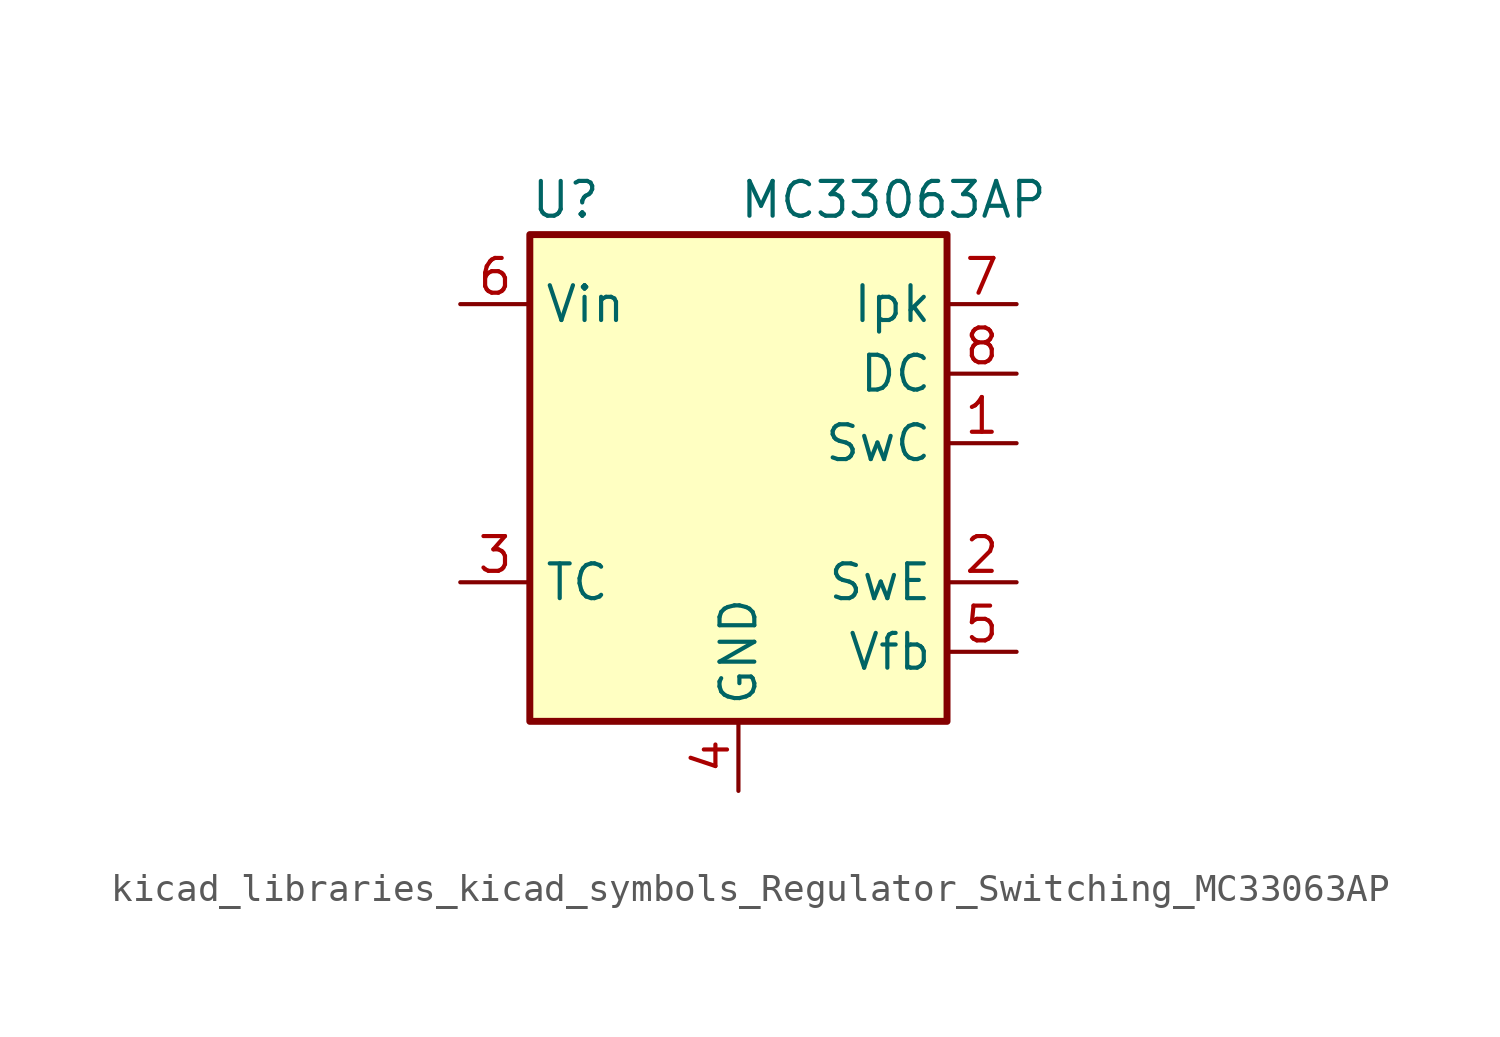
<source format=kicad_sym>
(kicad_symbol_lib
  (version 20220914)
  (generator kicad_symbol_editor)
  (symbol "kicad_libraries_kicad_symbols_Regulator_Switching_MC33063AP"
    (property "Reference" "U"
      (at -7.62 8.89 0)
      (effects (font (size 1.27 1.27)) (justify left)))
    (property "Value" "MC33063AP"
      (at 0 8.89 0)
      (effects (font (size 1.27 1.27)) (justify left)))
    (symbol "kicad_libraries_kicad_symbols_Regulator_Switching_MC33063AP_0_1"
      (rectangle (start -7.62 7.62) (end 7.62 -10.16) (stroke (width 0.254) (type default)) (fill (type background))))
    (symbol "kicad_libraries_kicad_symbols_Regulator_Switching_MC33063AP_1_1"
      (pin open_collector line (at 10.16 0 180) (length 2.54) (name "SwC" (effects (font (size 1.27 1.27)))) (number "1" (effects (font (size 1.27 1.27)))))
      (pin open_emitter line (at 10.16 -5.08 180) (length 2.54) (name "SwE" (effects (font (size 1.27 1.27)))) (number "2" (effects (font (size 1.27 1.27)))))
      (pin passive line (at -10.16 -5.08 0) (length 2.54) (name "TC" (effects (font (size 1.27 1.27)))) (number "3" (effects (font (size 1.27 1.27)))))
      (pin power_in line (at 0 -12.7 90) (length 2.54) (name "GND" (effects (font (size 1.27 1.27)))) (number "4" (effects (font (size 1.27 1.27)))))
      (pin input line (at 10.16 -7.62 180) (length 2.54) (name "Vfb" (effects (font (size 1.27 1.27)))) (number "5" (effects (font (size 1.27 1.27)))))
      (pin power_in line (at -10.16 5.08 0) (length 2.54) (name "Vin" (effects (font (size 1.27 1.27)))) (number "6" (effects (font (size 1.27 1.27)))))
      (pin input line (at 10.16 5.08 180) (length 2.54) (name "Ipk" (effects (font (size 1.27 1.27)))) (number "7" (effects (font (size 1.27 1.27)))))
      (pin open_collector line (at 10.16 2.54 180) (length 2.54) (name "DC" (effects (font (size 1.27 1.27)))) (number "8" (effects (font (size 1.27 1.27))))))))
</source>
